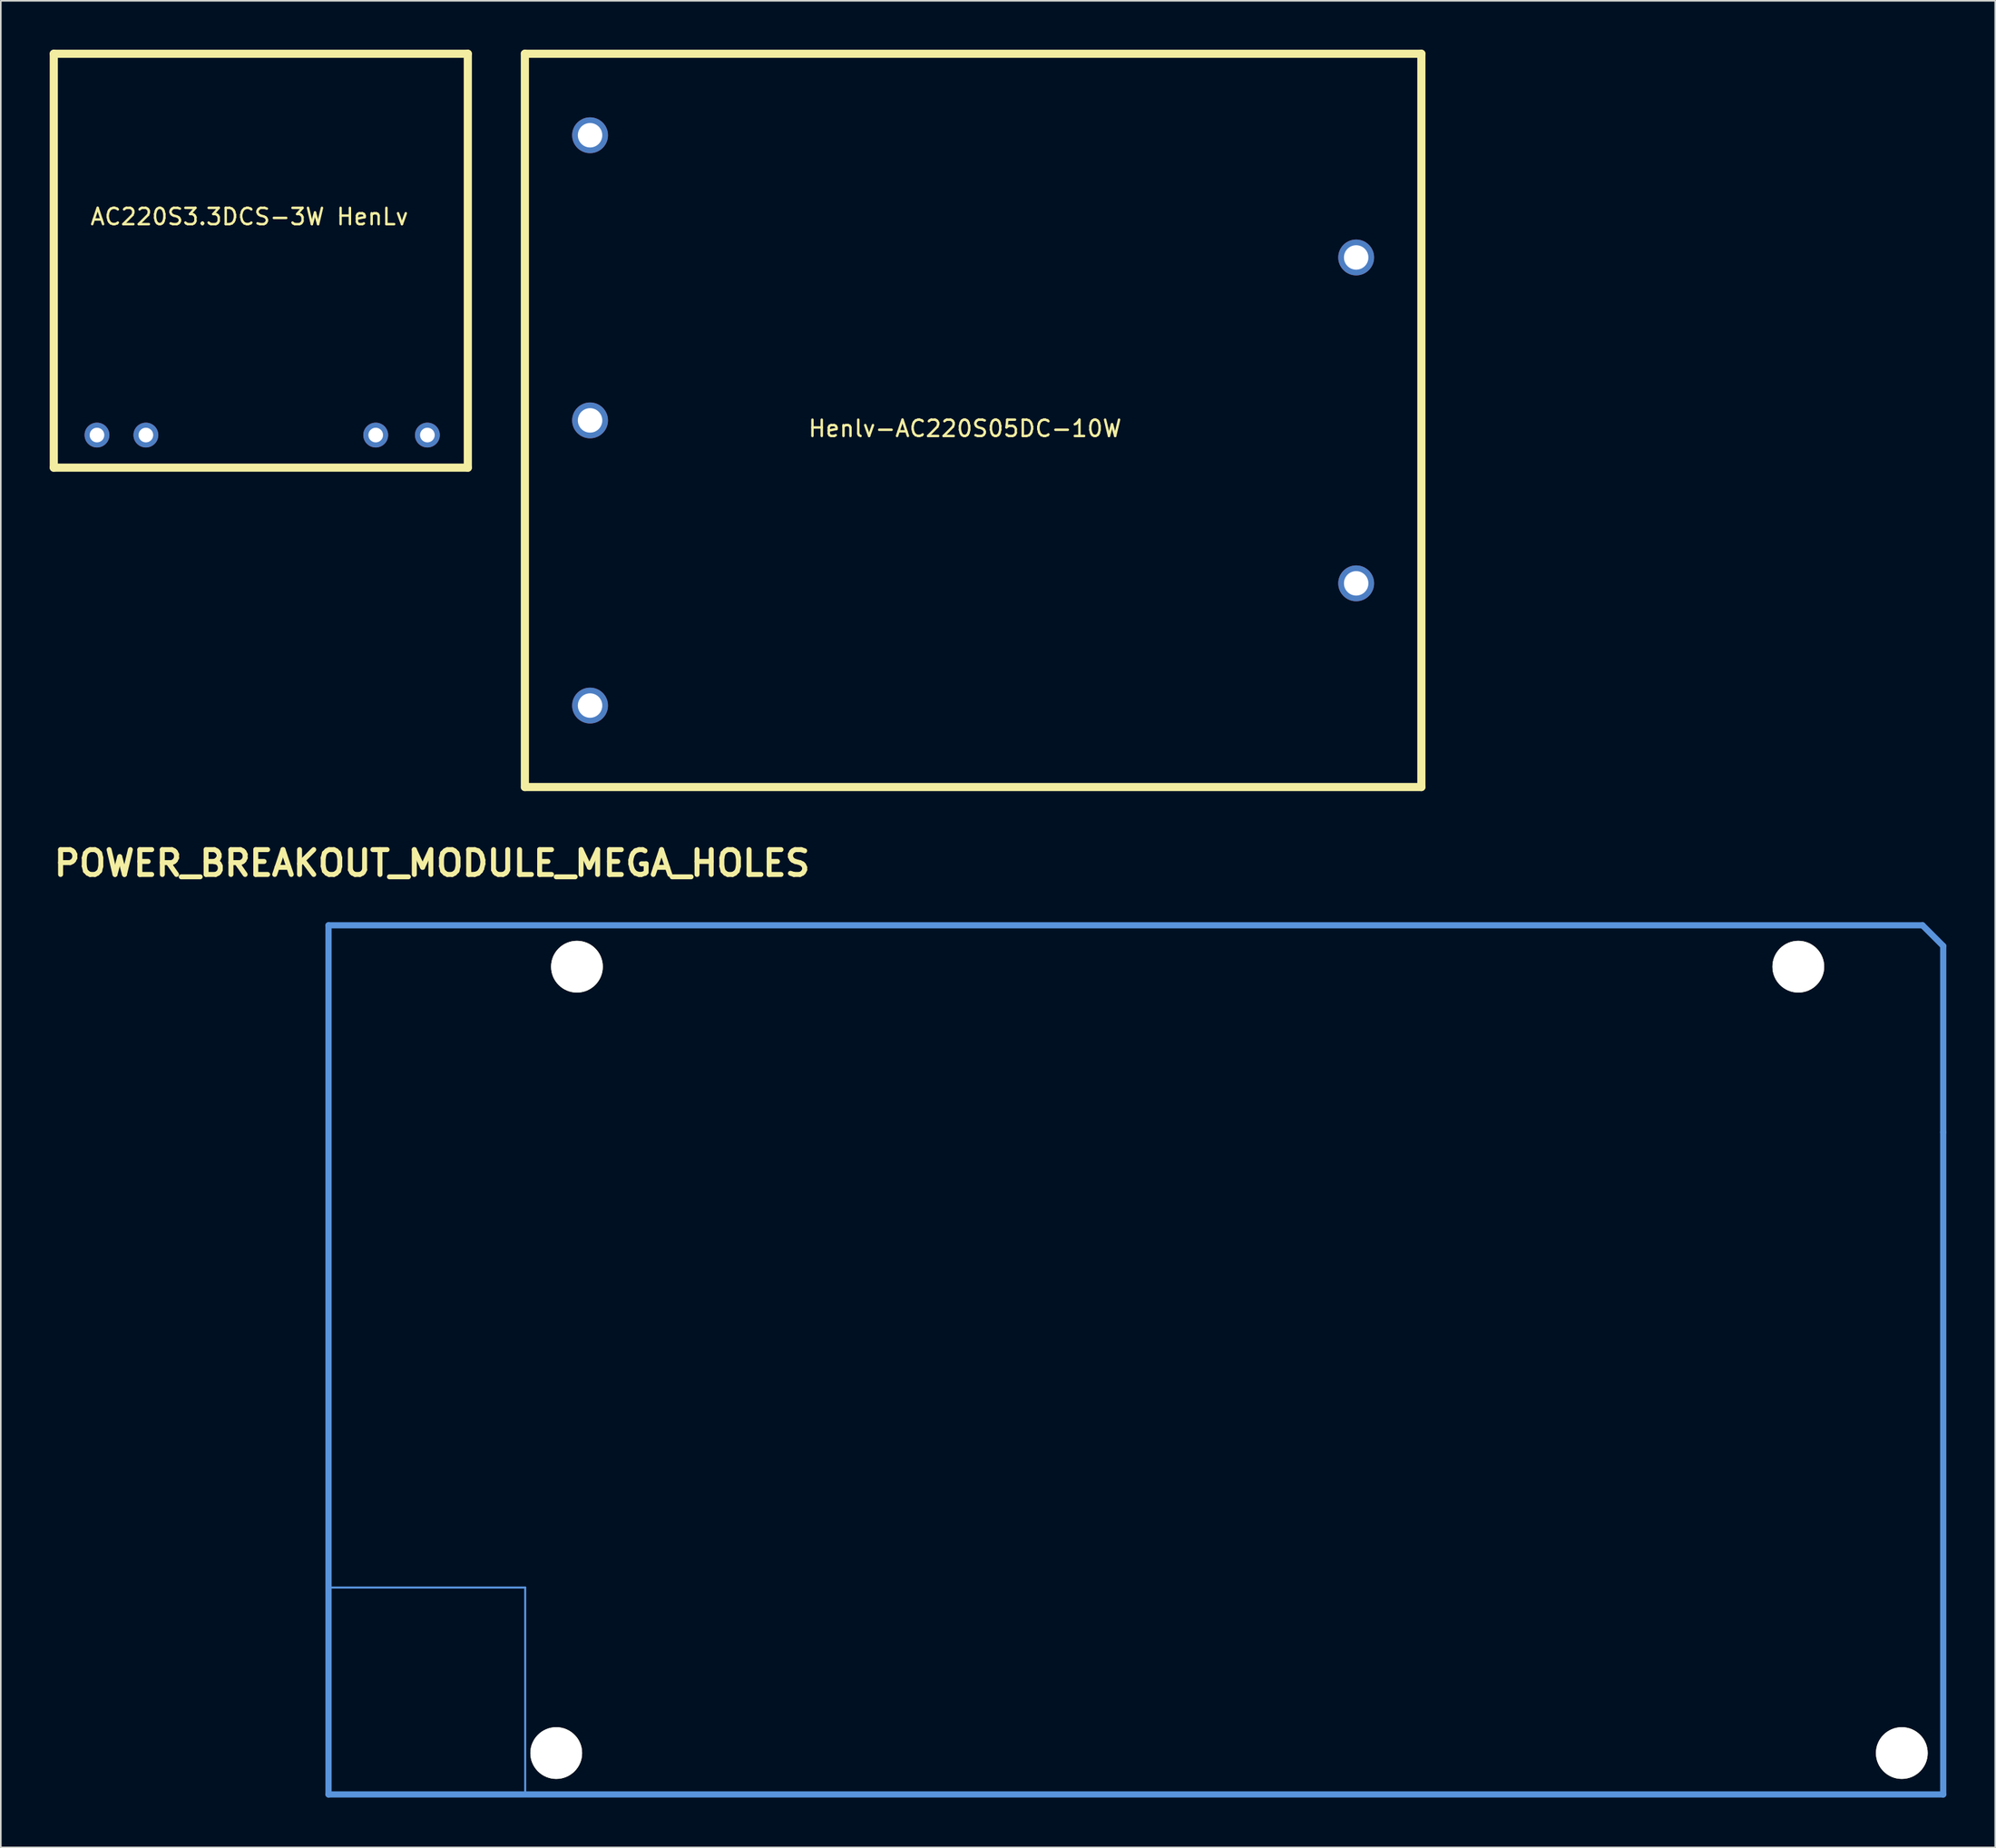
<source format=kicad_pcb>
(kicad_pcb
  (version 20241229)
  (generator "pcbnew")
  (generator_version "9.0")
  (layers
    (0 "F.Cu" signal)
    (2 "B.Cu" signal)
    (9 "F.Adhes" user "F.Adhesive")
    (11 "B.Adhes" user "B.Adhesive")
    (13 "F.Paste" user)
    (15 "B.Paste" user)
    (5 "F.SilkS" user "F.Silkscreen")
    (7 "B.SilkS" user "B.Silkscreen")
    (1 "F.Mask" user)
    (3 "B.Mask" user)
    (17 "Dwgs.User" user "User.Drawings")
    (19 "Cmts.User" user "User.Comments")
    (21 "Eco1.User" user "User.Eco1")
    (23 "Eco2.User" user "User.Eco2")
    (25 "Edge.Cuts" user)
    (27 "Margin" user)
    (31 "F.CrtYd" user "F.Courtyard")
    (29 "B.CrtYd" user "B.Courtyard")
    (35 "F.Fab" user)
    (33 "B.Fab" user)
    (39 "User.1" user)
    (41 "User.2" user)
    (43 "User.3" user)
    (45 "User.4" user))
  (footprint "POWER_BREAKOUT_MODULE_MEGA_HOLES"
    (layer "F.Cu")
    (at 17.105 107.076)
    (property "Reference" "POWER_BREAKOUT_MODULE_MEGA_HOLES" (at 6.35 -57.15 0) (layer "F.SilkS") (effects (font (size 1.524 1.524) (thickness 0.305))))
    (attr through_hole)
    (fp_line (start 0 -12.7) (end 12.065 -12.7) (stroke (width 0.127) (type solid)) (layer "Cmts.User"))
    (fp_line (start 0 0) (end 0 -53.34) (stroke (width 0.381) (type solid)) (layer "Cmts.User"))
    (fp_line (start 12.065 -12.7) (end 12.065 0) (stroke (width 0.127) (type solid)) (layer "Cmts.User"))
    (fp_line (start 97.79 -53.34) (end 0 -53.34) (stroke (width 0.381) (type solid)) (layer "Cmts.User"))
    (fp_line (start 99.06 -52.07) (end 97.79 -53.34) (stroke (width 0.381) (type solid)) (layer "Cmts.User"))
    (fp_line (start 99.06 -40.64) (end 99.06 -52.07) (stroke (width 0.381) (type solid)) (layer "Cmts.User"))
    (fp_line (start 99.06 -40.64) (end 99.06 0) (stroke (width 0.381) (type solid)) (layer "Cmts.User"))
    (fp_line (start 99.06 0) (end 0 0) (stroke (width 0.381) (type solid)) (layer "Cmts.User"))
    (pad "" np_thru_hole circle (at 13.97 -2.54 90) (size 3.175 3.175) (drill 3.175) (layers "*.Cu" "*.Mask" "F.SilkS"))
    (pad "" np_thru_hole circle (at 15.24 -50.8 90) (size 3.175 3.175) (drill 3.175) (layers "*.Cu" "*.Mask" "F.SilkS"))
    (pad "" np_thru_hole circle (at 90.17 -50.8 90) (size 3.175 3.175) (drill 3.175) (layers "*.Cu" "*.Mask" "F.SilkS"))
    (pad "" np_thru_hole circle (at 96.52 -2.54 90) (size 3.175 3.175) (drill 3.175) (layers "*.Cu" "*.Mask" "F.SilkS")))
  (footprint "AC220S3.3DCS-3W HenLv"
    (layer "F.Cu")
    (at 0.25 0.25)
    (property "Reference" "AC220S3.3DCS-3W HenLv" (at 12 10 0) (layer "F.SilkS") (effects (font (size 1 1) (thickness 0.15))))
    (attr through_hole)
    (fp_line (start 0 0) (end 25.4 0) (stroke (width 0.5) (type solid)) (layer "F.SilkS"))
    (fp_line (start 0 25.4) (end 0 0) (stroke (width 0.5) (type solid)) (layer "F.SilkS"))
    (fp_line (start 25.4 0) (end 25.4 25.4) (stroke (width 0.5) (type solid)) (layer "F.SilkS"))
    (fp_line (start 25.4 25.4) (end 0 25.4) (stroke (width 0.5) (type solid)) (layer "F.SilkS"))
    (pad "1" thru_hole circle (at 2.65 23.4) (size 1.524 1.524) (drill 0.9) (layers "*.Cu" "*.Mask"))
    (pad "2" thru_hole circle (at 5.65 23.4) (size 1.524 1.524) (drill 0.9) (layers "*.Cu" "*.Mask"))
    (pad "3" thru_hole circle (at 19.75 23.4) (size 1.524 1.524) (drill 0.9) (layers "*.Cu" "*.Mask"))
    (pad "4" thru_hole circle (at 22.92 23.4) (size 1.524 1.524) (drill 0.9) (layers "*.Cu" "*.Mask")))
  (footprint "Henlv-AC220S05DC-10W"
    (layer "F.Cu")
    (at 29.15 0.25)
    (property "Reference" "Henlv-AC220S05DC-10W" (at 27 23 0) (layer "F.SilkS") (effects (font (size 1 1) (thickness 0.15))))
    (attr through_hole)
    (fp_line (start 0 0) (end 55 0) (stroke (width 0.1) (type solid)) (layer "F.SilkS"))
    (fp_line (start 0 0) (end 55 0) (stroke (width 0.5) (type solid)) (layer "F.SilkS"))
    (fp_line (start 0 45) (end 0 0) (stroke (width 0.5) (type solid)) (layer "F.SilkS"))
    (fp_line (start 55 0) (end 55 45) (stroke (width 0.5) (type solid)) (layer "F.SilkS"))
    (fp_line (start 55 45) (end 0 45) (stroke (width 0.5) (type solid)) (layer "F.SilkS"))
    (pad "1" thru_hole circle (at 4 40) (size 2.2 2.2) (drill 1.5) (layers "*.Cu" "*.Mask"))
    (pad "2" thru_hole circle (at 4 22.5) (size 2.2 2.2) (drill 1.5) (layers "*.Cu" "*.Mask"))
    (pad "3" thru_hole circle (at 4 5) (size 2.2 2.2) (drill 1.5) (layers "*.Cu" "*.Mask"))
    (pad "4" thru_hole circle (at 51 32.5) (size 2.2 2.2) (drill 1.5) (layers "*.Cu" "*.Mask"))
    (pad "8" thru_hole circle (at 51 12.5) (size 2.2 2.2) (drill 1.5) (layers "*.Cu" "*.Mask")))
  (gr_rect
    (start -3 -3)
    (end 119.356 110.326)
    (stroke (width 0.1) (type default))
    (fill no)
    (layer "Edge.Cuts")))
</source>
